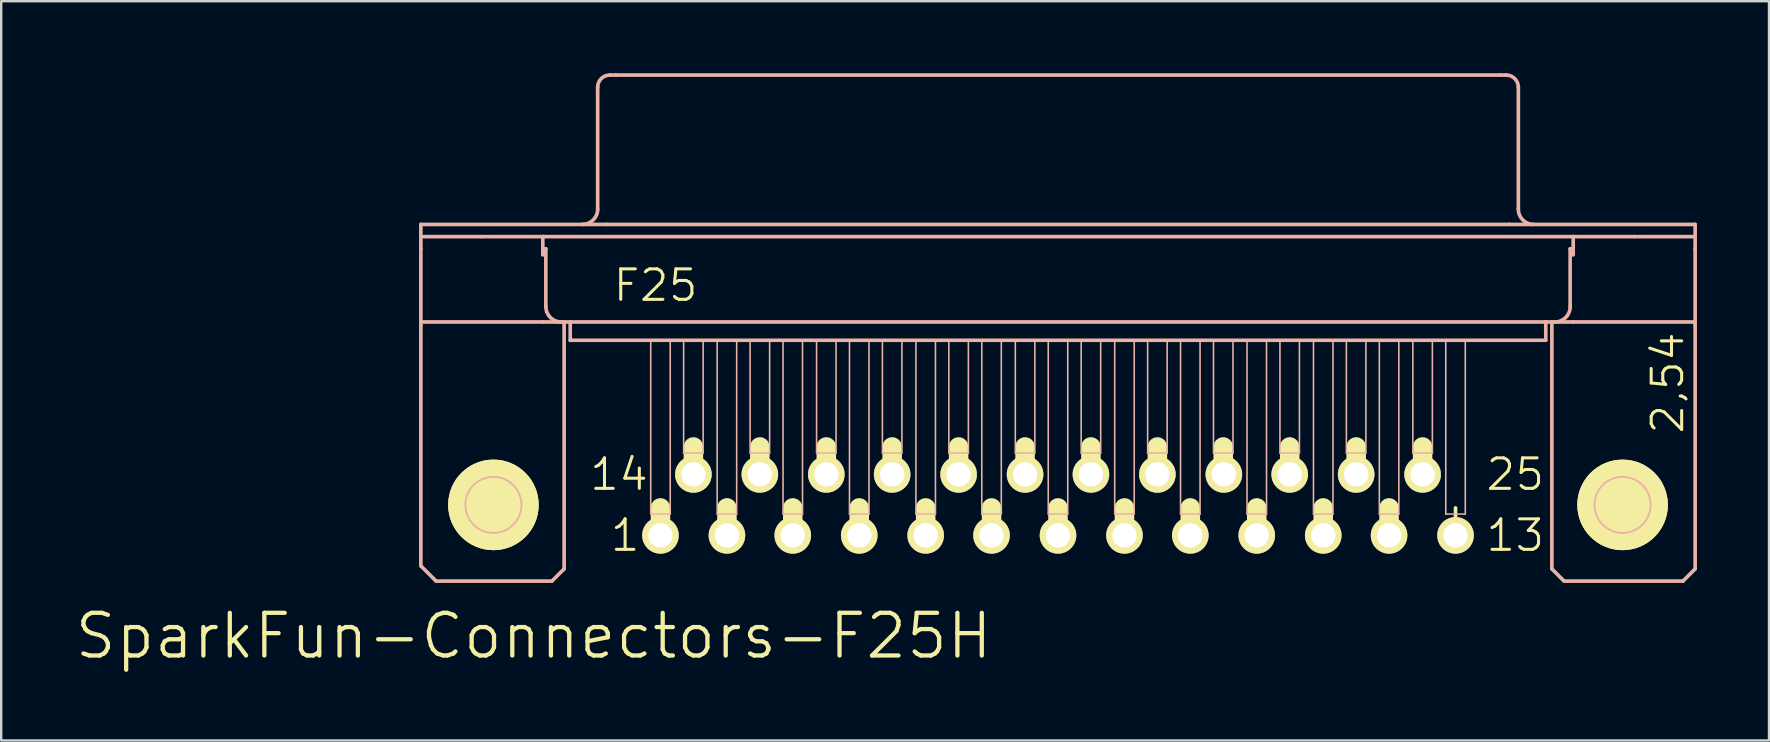
<source format=kicad_pcb>
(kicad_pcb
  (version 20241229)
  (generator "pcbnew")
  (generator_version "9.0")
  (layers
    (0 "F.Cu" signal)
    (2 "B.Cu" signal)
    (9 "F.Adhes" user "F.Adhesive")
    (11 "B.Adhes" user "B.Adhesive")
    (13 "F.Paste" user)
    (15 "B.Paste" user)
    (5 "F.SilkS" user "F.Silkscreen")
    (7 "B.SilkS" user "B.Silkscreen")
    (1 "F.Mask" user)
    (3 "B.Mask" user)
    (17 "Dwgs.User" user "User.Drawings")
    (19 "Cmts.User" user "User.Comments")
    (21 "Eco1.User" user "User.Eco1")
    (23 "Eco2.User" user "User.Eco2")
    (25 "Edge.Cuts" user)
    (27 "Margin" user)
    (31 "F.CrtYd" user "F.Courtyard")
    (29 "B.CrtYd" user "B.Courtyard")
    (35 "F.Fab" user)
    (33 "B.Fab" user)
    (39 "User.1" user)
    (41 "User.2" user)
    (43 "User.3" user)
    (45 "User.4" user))
  (footprint "SparkFun-Connectors-F25H"
    (layer "F.Cu")
    (at 41.025 17.983)
    (property "Reference" "SparkFun-Connectors-F25H" (at -21.844 5.461 0) (layer "F.SilkS") (effects (font (size 1.778 1.778) (thickness 0.178))))
    (attr exclude_from_pos_files exclude_from_bom)
    (fp_line (start -25.171 0) (end -21.869 0) (stroke (width 0.127) (type solid)) (layer "F.SilkS"))
    (fp_line (start -23.52 1.651) (end -23.52 -1.651) (stroke (width 0.127) (type solid)) (layer "F.SilkS"))
    (fp_line (start -16.561 1.143) (end -16.561 0.127) (stroke (width 0.813) (type solid)) (layer "F.SilkS"))
    (fp_line (start -15.189 -1.397) (end -15.189 -2.413) (stroke (width 0.813) (type solid)) (layer "F.SilkS"))
    (fp_line (start -13.792 1.143) (end -13.792 0.127) (stroke (width 0.813) (type solid)) (layer "F.SilkS"))
    (fp_line (start -12.421 -1.397) (end -12.421 -2.413) (stroke (width 0.813) (type solid)) (layer "F.SilkS"))
    (fp_line (start -11.049 1.143) (end -11.049 0.127) (stroke (width 0.813) (type solid)) (layer "F.SilkS"))
    (fp_line (start -9.652 -1.397) (end -9.652 -2.413) (stroke (width 0.813) (type solid)) (layer "F.SilkS"))
    (fp_line (start -8.28 1.143) (end -8.28 0.127) (stroke (width 0.813) (type solid)) (layer "F.SilkS"))
    (fp_line (start -6.909 -1.397) (end -6.909 -2.413) (stroke (width 0.813) (type solid)) (layer "F.SilkS"))
    (fp_line (start -5.512 1.143) (end -5.512 0.127) (stroke (width 0.813) (type solid)) (layer "F.SilkS"))
    (fp_line (start -4.14 -1.397) (end -4.14 -2.413) (stroke (width 0.813) (type solid)) (layer "F.SilkS"))
    (fp_line (start -2.769 1.143) (end -2.769 0.127) (stroke (width 0.813) (type solid)) (layer "F.SilkS"))
    (fp_line (start -1.372 -1.397) (end -1.372 -2.413) (stroke (width 0.813) (type solid)) (layer "F.SilkS"))
    (fp_line (start 0 1.143) (end 0 0.127) (stroke (width 0.813) (type solid)) (layer "F.SilkS"))
    (fp_line (start 1.372 -1.397) (end 1.372 -2.413) (stroke (width 0.813) (type solid)) (layer "F.SilkS"))
    (fp_line (start 2.769 1.143) (end 2.769 0.127) (stroke (width 0.813) (type solid)) (layer "F.SilkS"))
    (fp_line (start 4.14 -1.397) (end 4.14 -2.413) (stroke (width 0.813) (type solid)) (layer "F.SilkS"))
    (fp_line (start 5.512 1.143) (end 5.512 0.127) (stroke (width 0.813) (type solid)) (layer "F.SilkS"))
    (fp_line (start 6.883 -1.397) (end 6.883 -2.413) (stroke (width 0.813) (type solid)) (layer "F.SilkS"))
    (fp_line (start 8.28 1.143) (end 8.28 0.127) (stroke (width 0.813) (type solid)) (layer "F.SilkS"))
    (fp_line (start 9.652 -1.397) (end 9.652 -2.413) (stroke (width 0.813) (type solid)) (layer "F.SilkS"))
    (fp_line (start 11.049 1.143) (end 11.049 0.127) (stroke (width 0.813) (type solid)) (layer "F.SilkS"))
    (fp_line (start 12.421 -1.397) (end 12.421 -2.413) (stroke (width 0.813) (type solid)) (layer "F.SilkS"))
    (fp_line (start 13.792 1.143) (end 13.792 0.127) (stroke (width 0.813) (type solid)) (layer "F.SilkS"))
    (fp_line (start 15.189 -1.397) (end 15.189 -2.413) (stroke (width 0.813) (type solid)) (layer "F.SilkS"))
    (fp_line (start 16.561 1.143) (end 16.561 0.127) (stroke (width 0.152) (type solid)) (layer "F.SilkS"))
    (fp_line (start 21.869 0) (end 25.171 0) (stroke (width 0.127) (type solid)) (layer "F.SilkS"))
    (fp_line (start 23.52 1.651) (end 23.52 -1.651) (stroke (width 0.127) (type solid)) (layer "F.SilkS"))
    (fp_circle (center -23.52 0) (end -24.854 1.333) (stroke (width 0) (type solid)) (fill yes) (layer "F.SilkS"))
    (fp_circle (center -23.52 0) (end -24.854 1.333) (stroke (width 0) (type solid)) (fill yes) (layer "F.SilkS"))
    (fp_circle (center -23.52 0) (end -24.346 0.826) (stroke (width 0.127) (type solid)) (fill no) (layer "F.SilkS"))
    (fp_circle (center 23.52 0) (end 24.346 0.826) (stroke (width 0.127) (type solid)) (fill no) (layer "F.SilkS"))
    (fp_circle (center 23.52 0) (end 24.854 1.333) (stroke (width 0) (type solid)) (fill yes) (layer "F.SilkS"))
    (fp_circle (center 23.52 0) (end 24.854 1.333) (stroke (width 0) (type solid)) (fill yes) (layer "F.SilkS"))
    (fp_line (start -26.543 -11.684) (end -18.796 -11.684) (stroke (width 0.152) (type solid)) (layer "B.SilkS"))
    (fp_line (start -26.543 -11.684) (end 26.543 -11.684) (stroke (width 0.066) (type solid)) (layer "B.SilkS"))
    (fp_line (start -26.543 -11.176) (end -26.543 -11.684) (stroke (width 0.066) (type solid)) (layer "B.SilkS"))
    (fp_line (start -26.543 -11.176) (end -26.543 -11.684) (stroke (width 0.152) (type solid)) (layer "B.SilkS"))
    (fp_line (start -26.543 -11.176) (end -24.003 -11.176) (stroke (width 0.152) (type solid)) (layer "B.SilkS"))
    (fp_line (start -26.543 -11.176) (end 26.543 -11.176) (stroke (width 0.066) (type solid)) (layer "B.SilkS"))
    (fp_line (start -26.543 -10.668) (end -26.543 -11.176) (stroke (width 0.152) (type solid)) (layer "B.SilkS"))
    (fp_line (start -26.543 -7.62) (end -26.543 -10.668) (stroke (width 0.152) (type solid)) (layer "B.SilkS"))
    (fp_line (start -26.543 -7.62) (end -26.543 -7.493) (stroke (width 0.152) (type solid)) (layer "B.SilkS"))
    (fp_line (start -26.543 -7.62) (end -21.463 -7.62) (stroke (width 0.152) (type solid)) (layer "B.SilkS"))
    (fp_line (start -26.543 2.54) (end -26.543 -7.493) (stroke (width 0.152) (type solid)) (layer "B.SilkS"))
    (fp_line (start -25.908 3.175) (end -26.543 2.54) (stroke (width 0.152) (type solid)) (layer "B.SilkS"))
    (fp_line (start -24.003 -11.176) (end -21.463 -11.176) (stroke (width 0.152) (type solid)) (layer "B.SilkS"))
    (fp_line (start -21.463 -11.176) (end 21.463 -11.176) (stroke (width 0.152) (type solid)) (layer "B.SilkS"))
    (fp_line (start -21.463 -10.668) (end -21.463 -11.176) (stroke (width 0.152) (type solid)) (layer "B.SilkS"))
    (fp_line (start -21.463 -10.668) (end -21.336 -10.668) (stroke (width 0.152) (type solid)) (layer "B.SilkS"))
    (fp_line (start -21.463 -10.414) (end -21.463 -10.668) (stroke (width 0.152) (type solid)) (layer "B.SilkS"))
    (fp_line (start -21.463 -7.62) (end -20.574 -7.62) (stroke (width 0.152) (type solid)) (layer "B.SilkS"))
    (fp_line (start -21.336 -8.255) (end -21.336 -10.668) (stroke (width 0.152) (type solid)) (layer "B.SilkS"))
    (fp_line (start -21.082 3.175) (end -25.908 3.175) (stroke (width 0.152) (type solid)) (layer "B.SilkS"))
    (fp_line (start -21.082 3.175) (end -20.574 2.667) (stroke (width 0.152) (type solid)) (layer "B.SilkS"))
    (fp_line (start -20.574 -7.62) (end -20.32 -7.62) (stroke (width 0.152) (type solid)) (layer "B.SilkS"))
    (fp_line (start -20.574 2.667) (end -20.574 -7.62) (stroke (width 0.152) (type solid)) (layer "B.SilkS"))
    (fp_line (start -20.32 -7.62) (end -20.32 -6.858) (stroke (width 0.152) (type solid)) (layer "B.SilkS"))
    (fp_line (start -20.32 -7.62) (end 20.32 -7.62) (stroke (width 0.066) (type solid)) (layer "B.SilkS"))
    (fp_line (start -20.32 -7.62) (end 20.32 -7.62) (stroke (width 0.152) (type solid)) (layer "B.SilkS"))
    (fp_line (start -20.32 -6.858) (end -20.32 -7.62) (stroke (width 0.066) (type solid)) (layer "B.SilkS"))
    (fp_line (start -20.32 -6.858) (end 20.32 -6.858) (stroke (width 0.066) (type solid)) (layer "B.SilkS"))
    (fp_line (start -20.32 -6.858) (end 20.32 -6.858) (stroke (width 0.152) (type solid)) (layer "B.SilkS"))
    (fp_line (start -19.177 -12.319) (end -19.177 -17.399) (stroke (width 0.152) (type solid)) (layer "B.SilkS"))
    (fp_line (start -18.796 -11.684) (end 18.796 -11.684) (stroke (width 0.152) (type solid)) (layer "B.SilkS"))
    (fp_line (start -18.669 -17.907) (end -18.415 -17.907) (stroke (width 0.152) (type solid)) (layer "B.SilkS"))
    (fp_line (start -18.415 -17.907) (end 18.415 -17.907) (stroke (width 0.152) (type solid)) (layer "B.SilkS"))
    (fp_line (start -16.967 -6.858) (end -16.154 -6.858) (stroke (width 0.066) (type solid)) (layer "B.SilkS"))
    (fp_line (start -16.967 0.381) (end -16.967 -6.858) (stroke (width 0.066) (type solid)) (layer "B.SilkS"))
    (fp_line (start -16.967 0.381) (end -16.154 0.381) (stroke (width 0.066) (type solid)) (layer "B.SilkS"))
    (fp_line (start -16.154 0.381) (end -16.154 -6.858) (stroke (width 0.066) (type solid)) (layer "B.SilkS"))
    (fp_line (start -15.596 -6.858) (end -14.783 -6.858) (stroke (width 0.066) (type solid)) (layer "B.SilkS"))
    (fp_line (start -15.596 -2.159) (end -15.596 -6.858) (stroke (width 0.066) (type solid)) (layer "B.SilkS"))
    (fp_line (start -15.596 -2.159) (end -14.783 -2.159) (stroke (width 0.066) (type solid)) (layer "B.SilkS"))
    (fp_line (start -14.783 -2.159) (end -14.783 -6.858) (stroke (width 0.066) (type solid)) (layer "B.SilkS"))
    (fp_line (start -14.199 -6.858) (end -13.386 -6.858) (stroke (width 0.066) (type solid)) (layer "B.SilkS"))
    (fp_line (start -14.199 0.381) (end -14.199 -6.858) (stroke (width 0.066) (type solid)) (layer "B.SilkS"))
    (fp_line (start -14.199 0.381) (end -13.386 0.381) (stroke (width 0.066) (type solid)) (layer "B.SilkS"))
    (fp_line (start -13.386 0.381) (end -13.386 -6.858) (stroke (width 0.066) (type solid)) (layer "B.SilkS"))
    (fp_line (start -12.827 -6.858) (end -12.014 -6.858) (stroke (width 0.066) (type solid)) (layer "B.SilkS"))
    (fp_line (start -12.827 -2.159) (end -12.827 -6.858) (stroke (width 0.066) (type solid)) (layer "B.SilkS"))
    (fp_line (start -12.827 -2.159) (end -12.014 -2.159) (stroke (width 0.066) (type solid)) (layer "B.SilkS"))
    (fp_line (start -12.014 -2.159) (end -12.014 -6.858) (stroke (width 0.066) (type solid)) (layer "B.SilkS"))
    (fp_line (start -11.455 -6.858) (end -10.643 -6.858) (stroke (width 0.066) (type solid)) (layer "B.SilkS"))
    (fp_line (start -11.455 0.381) (end -11.455 -6.858) (stroke (width 0.066) (type solid)) (layer "B.SilkS"))
    (fp_line (start -11.455 0.381) (end -10.643 0.381) (stroke (width 0.066) (type solid)) (layer "B.SilkS"))
    (fp_line (start -10.643 0.381) (end -10.643 -6.858) (stroke (width 0.066) (type solid)) (layer "B.SilkS"))
    (fp_line (start -10.058 -6.858) (end -9.246 -6.858) (stroke (width 0.066) (type solid)) (layer "B.SilkS"))
    (fp_line (start -10.058 -2.159) (end -10.058 -6.858) (stroke (width 0.066) (type solid)) (layer "B.SilkS"))
    (fp_line (start -10.058 -2.159) (end -9.246 -2.159) (stroke (width 0.066) (type solid)) (layer "B.SilkS"))
    (fp_line (start -9.246 -2.159) (end -9.246 -6.858) (stroke (width 0.066) (type solid)) (layer "B.SilkS"))
    (fp_line (start -8.687 -6.858) (end -7.874 -6.858) (stroke (width 0.066) (type solid)) (layer "B.SilkS"))
    (fp_line (start -8.687 0.381) (end -8.687 -6.858) (stroke (width 0.066) (type solid)) (layer "B.SilkS"))
    (fp_line (start -8.687 0.381) (end -7.874 0.381) (stroke (width 0.066) (type solid)) (layer "B.SilkS"))
    (fp_line (start -7.874 0.381) (end -7.874 -6.858) (stroke (width 0.066) (type solid)) (layer "B.SilkS"))
    (fp_line (start -7.315 -6.858) (end -6.502 -6.858) (stroke (width 0.066) (type solid)) (layer "B.SilkS"))
    (fp_line (start -7.315 -2.159) (end -7.315 -6.858) (stroke (width 0.066) (type solid)) (layer "B.SilkS"))
    (fp_line (start -7.315 -2.159) (end -6.502 -2.159) (stroke (width 0.066) (type solid)) (layer "B.SilkS"))
    (fp_line (start -6.502 -2.159) (end -6.502 -6.858) (stroke (width 0.066) (type solid)) (layer "B.SilkS"))
    (fp_line (start -5.918 -6.858) (end -5.105 -6.858) (stroke (width 0.066) (type solid)) (layer "B.SilkS"))
    (fp_line (start -5.918 0.381) (end -5.918 -6.858) (stroke (width 0.066) (type solid)) (layer "B.SilkS"))
    (fp_line (start -5.918 0.381) (end -5.105 0.381) (stroke (width 0.066) (type solid)) (layer "B.SilkS"))
    (fp_line (start -5.105 0.381) (end -5.105 -6.858) (stroke (width 0.066) (type solid)) (layer "B.SilkS"))
    (fp_line (start -4.547 -6.858) (end -3.734 -6.858) (stroke (width 0.066) (type solid)) (layer "B.SilkS"))
    (fp_line (start -4.547 -2.159) (end -4.547 -6.858) (stroke (width 0.066) (type solid)) (layer "B.SilkS"))
    (fp_line (start -4.547 -2.159) (end -3.734 -2.159) (stroke (width 0.066) (type solid)) (layer "B.SilkS"))
    (fp_line (start -3.734 -2.159) (end -3.734 -6.858) (stroke (width 0.066) (type solid)) (layer "B.SilkS"))
    (fp_line (start -3.175 -6.858) (end -2.362 -6.858) (stroke (width 0.066) (type solid)) (layer "B.SilkS"))
    (fp_line (start -3.175 0.381) (end -3.175 -6.858) (stroke (width 0.066) (type solid)) (layer "B.SilkS"))
    (fp_line (start -3.175 0.381) (end -2.362 0.381) (stroke (width 0.066) (type solid)) (layer "B.SilkS"))
    (fp_line (start -2.362 0.381) (end -2.362 -6.858) (stroke (width 0.066) (type solid)) (layer "B.SilkS"))
    (fp_line (start -1.778 -6.858) (end -0.965 -6.858) (stroke (width 0.066) (type solid)) (layer "B.SilkS"))
    (fp_line (start -1.778 -2.159) (end -1.778 -6.858) (stroke (width 0.066) (type solid)) (layer "B.SilkS"))
    (fp_line (start -1.778 -2.159) (end -0.965 -2.159) (stroke (width 0.066) (type solid)) (layer "B.SilkS"))
    (fp_line (start -0.965 -2.159) (end -0.965 -6.858) (stroke (width 0.066) (type solid)) (layer "B.SilkS"))
    (fp_line (start -0.406 -6.858) (end 0.406 -6.858) (stroke (width 0.066) (type solid)) (layer "B.SilkS"))
    (fp_line (start -0.406 0.381) (end -0.406 -6.858) (stroke (width 0.066) (type solid)) (layer "B.SilkS"))
    (fp_line (start -0.406 0.381) (end 0.406 0.381) (stroke (width 0.066) (type solid)) (layer "B.SilkS"))
    (fp_line (start 0.406 0.381) (end 0.406 -6.858) (stroke (width 0.066) (type solid)) (layer "B.SilkS"))
    (fp_line (start 0.965 -6.858) (end 1.778 -6.858) (stroke (width 0.066) (type solid)) (layer "B.SilkS"))
    (fp_line (start 0.965 -2.159) (end 0.965 -6.858) (stroke (width 0.066) (type solid)) (layer "B.SilkS"))
    (fp_line (start 0.965 -2.159) (end 1.778 -2.159) (stroke (width 0.066) (type solid)) (layer "B.SilkS"))
    (fp_line (start 1.778 -2.159) (end 1.778 -6.858) (stroke (width 0.066) (type solid)) (layer "B.SilkS"))
    (fp_line (start 2.362 -6.858) (end 3.175 -6.858) (stroke (width 0.066) (type solid)) (layer "B.SilkS"))
    (fp_line (start 2.362 0.381) (end 2.362 -6.858) (stroke (width 0.066) (type solid)) (layer "B.SilkS"))
    (fp_line (start 2.362 0.381) (end 3.175 0.381) (stroke (width 0.066) (type solid)) (layer "B.SilkS"))
    (fp_line (start 3.175 0.381) (end 3.175 -6.858) (stroke (width 0.066) (type solid)) (layer "B.SilkS"))
    (fp_line (start 3.734 -6.858) (end 4.547 -6.858) (stroke (width 0.066) (type solid)) (layer "B.SilkS"))
    (fp_line (start 3.734 -2.159) (end 3.734 -6.858) (stroke (width 0.066) (type solid)) (layer "B.SilkS"))
    (fp_line (start 3.734 -2.159) (end 4.547 -2.159) (stroke (width 0.066) (type solid)) (layer "B.SilkS"))
    (fp_line (start 4.547 -2.159) (end 4.547 -6.858) (stroke (width 0.066) (type solid)) (layer "B.SilkS"))
    (fp_line (start 5.105 -6.858) (end 5.918 -6.858) (stroke (width 0.066) (type solid)) (layer "B.SilkS"))
    (fp_line (start 5.105 0.381) (end 5.105 -6.858) (stroke (width 0.066) (type solid)) (layer "B.SilkS"))
    (fp_line (start 5.105 0.381) (end 5.918 0.381) (stroke (width 0.066) (type solid)) (layer "B.SilkS"))
    (fp_line (start 5.918 0.381) (end 5.918 -6.858) (stroke (width 0.066) (type solid)) (layer "B.SilkS"))
    (fp_line (start 6.477 -6.858) (end 7.29 -6.858) (stroke (width 0.066) (type solid)) (layer "B.SilkS"))
    (fp_line (start 6.477 -2.159) (end 6.477 -6.858) (stroke (width 0.066) (type solid)) (layer "B.SilkS"))
    (fp_line (start 6.477 -2.159) (end 7.29 -2.159) (stroke (width 0.066) (type solid)) (layer "B.SilkS"))
    (fp_line (start 7.29 -2.159) (end 7.29 -6.858) (stroke (width 0.066) (type solid)) (layer "B.SilkS"))
    (fp_line (start 7.874 -6.858) (end 8.687 -6.858) (stroke (width 0.066) (type solid)) (layer "B.SilkS"))
    (fp_line (start 7.874 0.381) (end 7.874 -6.858) (stroke (width 0.066) (type solid)) (layer "B.SilkS"))
    (fp_line (start 7.874 0.381) (end 8.687 0.381) (stroke (width 0.066) (type solid)) (layer "B.SilkS"))
    (fp_line (start 8.687 0.381) (end 8.687 -6.858) (stroke (width 0.066) (type solid)) (layer "B.SilkS"))
    (fp_line (start 9.246 -6.858) (end 10.058 -6.858) (stroke (width 0.066) (type solid)) (layer "B.SilkS"))
    (fp_line (start 9.246 -2.159) (end 9.246 -6.858) (stroke (width 0.066) (type solid)) (layer "B.SilkS"))
    (fp_line (start 9.246 -2.159) (end 10.058 -2.159) (stroke (width 0.066) (type solid)) (layer "B.SilkS"))
    (fp_line (start 10.058 -2.159) (end 10.058 -6.858) (stroke (width 0.066) (type solid)) (layer "B.SilkS"))
    (fp_line (start 10.643 -6.858) (end 11.455 -6.858) (stroke (width 0.066) (type solid)) (layer "B.SilkS"))
    (fp_line (start 10.643 0.381) (end 10.643 -6.858) (stroke (width 0.066) (type solid)) (layer "B.SilkS"))
    (fp_line (start 10.643 0.381) (end 11.455 0.381) (stroke (width 0.066) (type solid)) (layer "B.SilkS"))
    (fp_line (start 11.455 0.381) (end 11.455 -6.858) (stroke (width 0.066) (type solid)) (layer "B.SilkS"))
    (fp_line (start 12.014 -6.858) (end 12.827 -6.858) (stroke (width 0.066) (type solid)) (layer "B.SilkS"))
    (fp_line (start 12.014 -2.159) (end 12.014 -6.858) (stroke (width 0.066) (type solid)) (layer "B.SilkS"))
    (fp_line (start 12.014 -2.159) (end 12.827 -2.159) (stroke (width 0.066) (type solid)) (layer "B.SilkS"))
    (fp_line (start 12.827 -2.159) (end 12.827 -6.858) (stroke (width 0.066) (type solid)) (layer "B.SilkS"))
    (fp_line (start 13.386 -6.858) (end 14.199 -6.858) (stroke (width 0.066) (type solid)) (layer "B.SilkS"))
    (fp_line (start 13.386 0.381) (end 13.386 -6.858) (stroke (width 0.066) (type solid)) (layer "B.SilkS"))
    (fp_line (start 13.386 0.381) (end 14.199 0.381) (stroke (width 0.066) (type solid)) (layer "B.SilkS"))
    (fp_line (start 14.199 0.381) (end 14.199 -6.858) (stroke (width 0.066) (type solid)) (layer "B.SilkS"))
    (fp_line (start 14.783 -6.858) (end 15.596 -6.858) (stroke (width 0.066) (type solid)) (layer "B.SilkS"))
    (fp_line (start 14.783 -2.159) (end 14.783 -6.858) (stroke (width 0.066) (type solid)) (layer "B.SilkS"))
    (fp_line (start 14.783 -2.159) (end 15.596 -2.159) (stroke (width 0.066) (type solid)) (layer "B.SilkS"))
    (fp_line (start 15.596 -2.159) (end 15.596 -6.858) (stroke (width 0.066) (type solid)) (layer "B.SilkS"))
    (fp_line (start 16.154 -6.858) (end 16.967 -6.858) (stroke (width 0.066) (type solid)) (layer "B.SilkS"))
    (fp_line (start 16.154 0.381) (end 16.154 -6.858) (stroke (width 0.066) (type solid)) (layer "B.SilkS"))
    (fp_line (start 16.154 0.381) (end 16.967 0.381) (stroke (width 0.066) (type solid)) (layer "B.SilkS"))
    (fp_line (start 16.967 0.381) (end 16.967 -6.858) (stroke (width 0.066) (type solid)) (layer "B.SilkS"))
    (fp_line (start 18.415 -17.907) (end 18.669 -17.907) (stroke (width 0.152) (type solid)) (layer "B.SilkS"))
    (fp_line (start 18.796 -11.684) (end 26.543 -11.684) (stroke (width 0.152) (type solid)) (layer "B.SilkS"))
    (fp_line (start 19.177 -12.319) (end 19.177 -17.399) (stroke (width 0.152) (type solid)) (layer "B.SilkS"))
    (fp_line (start 20.32 -7.62) (end 20.32 -6.858) (stroke (width 0.152) (type solid)) (layer "B.SilkS"))
    (fp_line (start 20.32 -7.62) (end 20.574 -7.62) (stroke (width 0.152) (type solid)) (layer "B.SilkS"))
    (fp_line (start 20.32 -6.858) (end 20.32 -7.62) (stroke (width 0.066) (type solid)) (layer "B.SilkS"))
    (fp_line (start 20.574 -7.62) (end 21.463 -7.62) (stroke (width 0.152) (type solid)) (layer "B.SilkS"))
    (fp_line (start 20.574 2.667) (end 20.574 -7.62) (stroke (width 0.152) (type solid)) (layer "B.SilkS"))
    (fp_line (start 20.574 2.667) (end 21.082 3.175) (stroke (width 0.152) (type solid)) (layer "B.SilkS"))
    (fp_line (start 21.082 3.175) (end 26.035 3.175) (stroke (width 0.152) (type solid)) (layer "B.SilkS"))
    (fp_line (start 21.336 -10.668) (end 21.463 -10.668) (stroke (width 0.152) (type solid)) (layer "B.SilkS"))
    (fp_line (start 21.336 -8.255) (end 21.336 -10.668) (stroke (width 0.152) (type solid)) (layer "B.SilkS"))
    (fp_line (start 21.463 -11.176) (end 24.003 -11.176) (stroke (width 0.152) (type solid)) (layer "B.SilkS"))
    (fp_line (start 21.463 -10.668) (end 21.463 -11.176) (stroke (width 0.152) (type solid)) (layer "B.SilkS"))
    (fp_line (start 21.463 -10.414) (end 21.463 -10.668) (stroke (width 0.152) (type solid)) (layer "B.SilkS"))
    (fp_line (start 21.463 -7.62) (end 26.543 -7.62) (stroke (width 0.152) (type solid)) (layer "B.SilkS"))
    (fp_line (start 24.003 -11.176) (end 26.543 -11.176) (stroke (width 0.152) (type solid)) (layer "B.SilkS"))
    (fp_line (start 26.035 3.175) (end 26.543 2.667) (stroke (width 0.152) (type solid)) (layer "B.SilkS"))
    (fp_line (start 26.543 -11.684) (end 26.543 -11.176) (stroke (width 0.152) (type solid)) (layer "B.SilkS"))
    (fp_line (start 26.543 -11.176) (end 26.543 -11.684) (stroke (width 0.066) (type solid)) (layer "B.SilkS"))
    (fp_line (start 26.543 -11.176) (end 26.543 -10.668) (stroke (width 0.152) (type solid)) (layer "B.SilkS"))
    (fp_line (start 26.543 -10.668) (end 26.543 -7.62) (stroke (width 0.152) (type solid)) (layer "B.SilkS"))
    (fp_line (start 26.543 -7.62) (end 26.543 -7.493) (stroke (width 0.152) (type solid)) (layer "B.SilkS"))
    (fp_line (start 26.543 2.667) (end 26.543 -7.493) (stroke (width 0.152) (type solid)) (layer "B.SilkS"))
    (fp_arc (start -20.69846 -7.62) (mid -21.147473 -7.805987) (end -21.33346 -8.255) (stroke (width 0.1524) (type solid)) (layer "B.SilkS"))
    (fp_arc (start -19.177 -17.399) (mid -19.02821 -17.75821) (end -18.669 -17.907) (stroke (width 0.1524) (type solid)) (layer "B.SilkS"))
    (fp_arc (start -19.177 -12.319) (mid -19.362987 -11.869987) (end -19.812 -11.684) (stroke (width 0.1524) (type solid)) (layer "B.SilkS"))
    (fp_arc (start 18.669 -17.907) (mid 19.02821 -17.75821) (end 19.177 -17.399) (stroke (width 0.1524) (type solid)) (layer "B.SilkS"))
    (fp_arc (start 19.812 -11.684) (mid 19.362987 -11.869987) (end 19.177 -12.319) (stroke (width 0.1524) (type solid)) (layer "B.SilkS"))
    (fp_arc (start 21.336 -8.255) (mid 21.149269 -7.804191) (end 20.69846 -7.61746) (stroke (width 0.1524) (type solid)) (layer "B.SilkS"))
    (fp_circle (center -23.52 0) (end -24.346 0.826) (stroke (width 0.076) (type solid)) (fill no) (layer "B.SilkS"))
    (fp_circle (center 23.52 0) (end 24.346 0.826) (stroke (width 0.076) (type solid)) (fill no) (layer "B.SilkS"))
    (fp_text user "14" (at -18.288 -1.27 0) (layer "F.SilkS") (effects (font (size 1.27 1.27) (thickness 0.127))))
    (fp_text user "13" (at 19.05 1.27 0) (layer "F.SilkS") (effects (font (size 1.27 1.27) (thickness 0.127))))
    (fp_text user "2,54" (at 25.4 -5.08 90) (layer "F.SilkS") (effects (font (size 1.27 1.27) (thickness 0.127))))
    (fp_text user "25" (at 19.05 -1.27 0) (layer "F.SilkS") (effects (font (size 1.27 1.27) (thickness 0.127))))
    (fp_text user "1" (at -18.034 1.27 0) (layer "F.SilkS") (effects (font (size 1.27 1.27) (thickness 0.127))))
    (fp_text user "F25" (at -16.764 -9.144 0) (layer "F.SilkS") (effects (font (size 1.27 1.27) (thickness 0.127))))
    (pad "1" thru_hole circle (at -16.561 1.27) (size 1.524 1.524) (drill 1.016) (layers "*.Cu" "F.Mask" "F.SilkS" "F.Paste"))
    (pad "2" thru_hole circle (at -13.792 1.27) (size 1.524 1.524) (drill 1.016) (layers "*.Cu" "F.Mask" "F.SilkS" "F.Paste"))
    (pad "3" thru_hole circle (at -11.049 1.27) (size 1.524 1.524) (drill 1.016) (layers "*.Cu" "F.Mask" "F.SilkS" "F.Paste"))
    (pad "4" thru_hole circle (at -8.28 1.27) (size 1.524 1.524) (drill 1.016) (layers "*.Cu" "F.Mask" "F.SilkS" "F.Paste"))
    (pad "5" thru_hole circle (at -5.512 1.27) (size 1.524 1.524) (drill 1.016) (layers "*.Cu" "F.Mask" "F.SilkS" "F.Paste"))
    (pad "6" thru_hole circle (at -2.769 1.27) (size 1.524 1.524) (drill 1.016) (layers "*.Cu" "F.Mask" "F.SilkS" "F.Paste"))
    (pad "7" thru_hole circle (at 0 1.27) (size 1.524 1.524) (drill 1.016) (layers "*.Cu" "F.Mask" "F.SilkS" "F.Paste"))
    (pad "8" thru_hole circle (at 2.769 1.27) (size 1.524 1.524) (drill 1.016) (layers "*.Cu" "F.Mask" "F.SilkS" "F.Paste"))
    (pad "9" thru_hole circle (at 5.512 1.27) (size 1.524 1.524) (drill 1.016) (layers "*.Cu" "F.Mask" "F.SilkS" "F.Paste"))
    (pad "10" thru_hole circle (at 8.28 1.27) (size 1.524 1.524) (drill 1.016) (layers "*.Cu" "F.Mask" "F.SilkS" "F.Paste"))
    (pad "11" thru_hole circle (at 11.049 1.27) (size 1.524 1.524) (drill 1.016) (layers "*.Cu" "F.Mask" "F.SilkS" "F.Paste"))
    (pad "12" thru_hole circle (at 13.792 1.27) (size 1.524 1.524) (drill 1.016) (layers "*.Cu" "F.Mask" "F.SilkS" "F.Paste"))
    (pad "13" thru_hole circle (at 16.561 1.27) (size 1.524 1.524) (drill 1.016) (layers "*.Cu" "F.Mask" "F.SilkS" "F.Paste"))
    (pad "14" thru_hole circle (at -15.189 -1.27) (size 1.524 1.524) (drill 1.016) (layers "*.Cu" "F.Mask" "F.SilkS" "F.Paste"))
    (pad "15" thru_hole circle (at -12.421 -1.27) (size 1.524 1.524) (drill 1.016) (layers "*.Cu" "F.Mask" "F.SilkS" "F.Paste"))
    (pad "16" thru_hole circle (at -9.652 -1.27) (size 1.524 1.524) (drill 1.016) (layers "*.Cu" "F.Mask" "F.SilkS" "F.Paste"))
    (pad "17" thru_hole circle (at -6.909 -1.27) (size 1.524 1.524) (drill 1.016) (layers "*.Cu" "F.Mask" "F.SilkS" "F.Paste"))
    (pad "18" thru_hole circle (at -4.14 -1.27) (size 1.524 1.524) (drill 1.016) (layers "*.Cu" "F.Mask" "F.SilkS" "F.Paste"))
    (pad "19" thru_hole circle (at -1.372 -1.27) (size 1.524 1.524) (drill 1.016) (layers "*.Cu" "F.Mask" "F.SilkS" "F.Paste"))
    (pad "20" thru_hole circle (at 1.372 -1.27) (size 1.524 1.524) (drill 1.016) (layers "*.Cu" "F.Mask" "F.SilkS" "F.Paste"))
    (pad "21" thru_hole circle (at 4.14 -1.27) (size 1.524 1.524) (drill 1.016) (layers "*.Cu" "F.Mask" "F.SilkS" "F.Paste"))
    (pad "22" thru_hole circle (at 6.909 -1.27) (size 1.524 1.524) (drill 1.016) (layers "*.Cu" "F.Mask" "F.SilkS" "F.Paste"))
    (pad "23" thru_hole circle (at 9.652 -1.27) (size 1.524 1.524) (drill 1.016) (layers "*.Cu" "F.Mask" "F.SilkS" "F.Paste"))
    (pad "24" thru_hole circle (at 12.421 -1.27) (size 1.524 1.524) (drill 1.016) (layers "*.Cu" "F.Mask" "F.SilkS" "F.Paste"))
    (pad "25" thru_hole circle (at 15.189 -1.27) (size 1.524 1.524) (drill 1.016) (layers "*.Cu" "F.Mask" "F.SilkS" "F.Paste")))
  (gr_rect
    (start -3 -3)
    (end 70.644 27.796)
    (stroke (width 0.1) (type default))
    (fill no)
    (layer "Edge.Cuts")))
</source>
